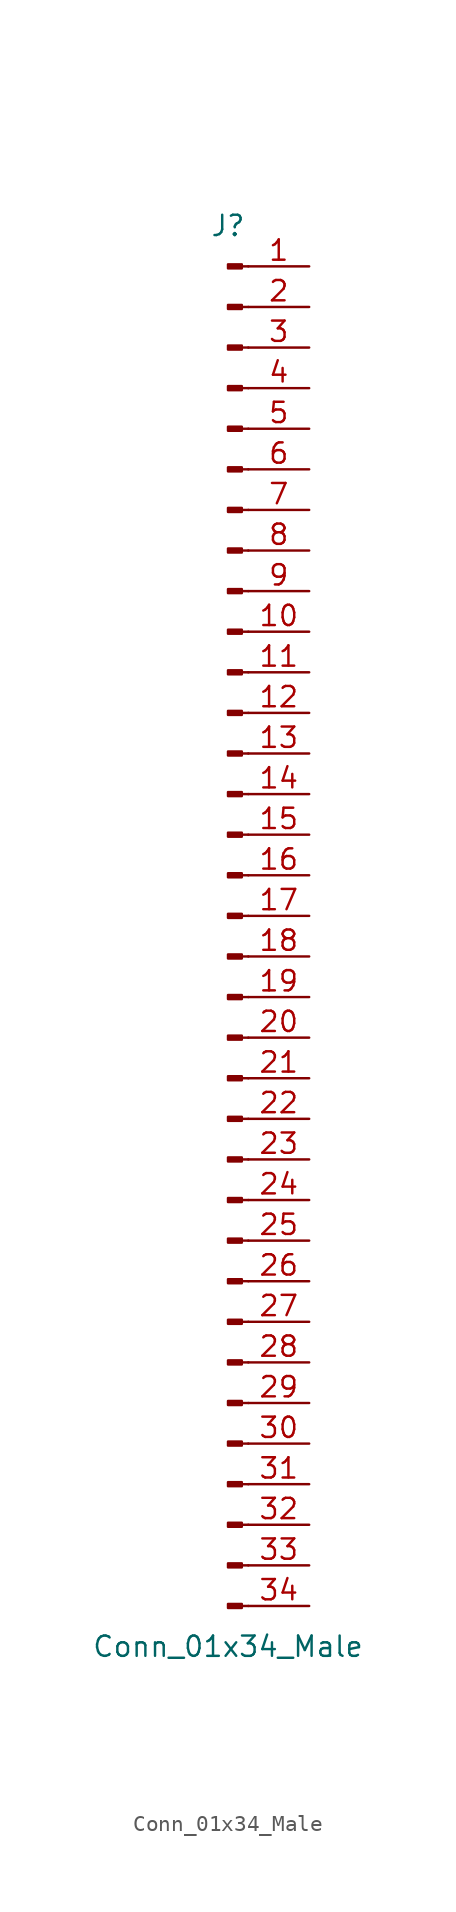
<source format=kicad_sym>
(kicad_symbol_lib
  (version 20220914)
  (generator kicad_symbol_editor)
  (symbol "Conn_01x34_Male"
    (pin_names
      (offset 1.016) hide)
    (property "Reference" "J"
      (at 0 43.18 0)
      (effects (font (size 1.27 1.27))))
    (property "Value" "Conn_01x34_Male"
      (at 0 -45.72 0)
      (effects (font (size 1.27 1.27))))
    (symbol "Conn_01x34_Male_1_1"
      (polyline (pts (xy 1.27 -43.18) (xy 0.864 -43.18)) (stroke (width 0.152) (type default)) (fill (type none)))
      (polyline (pts (xy 1.27 -40.64) (xy 0.864 -40.64)) (stroke (width 0.152) (type default)) (fill (type none)))
      (polyline (pts (xy 1.27 -38.1) (xy 0.864 -38.1)) (stroke (width 0.152) (type default)) (fill (type none)))
      (polyline (pts (xy 1.27 -35.56) (xy 0.864 -35.56)) (stroke (width 0.152) (type default)) (fill (type none)))
      (polyline (pts (xy 1.27 -33.02) (xy 0.864 -33.02)) (stroke (width 0.152) (type default)) (fill (type none)))
      (polyline (pts (xy 1.27 -30.48) (xy 0.864 -30.48)) (stroke (width 0.152) (type default)) (fill (type none)))
      (polyline (pts (xy 1.27 -27.94) (xy 0.864 -27.94)) (stroke (width 0.152) (type default)) (fill (type none)))
      (polyline (pts (xy 1.27 -25.4) (xy 0.864 -25.4)) (stroke (width 0.152) (type default)) (fill (type none)))
      (polyline (pts (xy 1.27 -22.86) (xy 0.864 -22.86)) (stroke (width 0.152) (type default)) (fill (type none)))
      (polyline (pts (xy 1.27 -20.32) (xy 0.864 -20.32)) (stroke (width 0.152) (type default)) (fill (type none)))
      (polyline (pts (xy 1.27 -17.78) (xy 0.864 -17.78)) (stroke (width 0.152) (type default)) (fill (type none)))
      (polyline (pts (xy 1.27 -15.24) (xy 0.864 -15.24)) (stroke (width 0.152) (type default)) (fill (type none)))
      (polyline (pts (xy 1.27 -12.7) (xy 0.864 -12.7)) (stroke (width 0.152) (type default)) (fill (type none)))
      (polyline (pts (xy 1.27 -10.16) (xy 0.864 -10.16)) (stroke (width 0.152) (type default)) (fill (type none)))
      (polyline (pts (xy 1.27 -7.62) (xy 0.864 -7.62)) (stroke (width 0.152) (type default)) (fill (type none)))
      (polyline (pts (xy 1.27 -5.08) (xy 0.864 -5.08)) (stroke (width 0.152) (type default)) (fill (type none)))
      (polyline (pts (xy 1.27 -2.54) (xy 0.864 -2.54)) (stroke (width 0.152) (type default)) (fill (type none)))
      (polyline (pts (xy 1.27 0) (xy 0.864 0)) (stroke (width 0.152) (type default)) (fill (type none)))
      (polyline (pts (xy 1.27 2.54) (xy 0.864 2.54)) (stroke (width 0.152) (type default)) (fill (type none)))
      (polyline (pts (xy 1.27 5.08) (xy 0.864 5.08)) (stroke (width 0.152) (type default)) (fill (type none)))
      (polyline (pts (xy 1.27 7.62) (xy 0.864 7.62)) (stroke (width 0.152) (type default)) (fill (type none)))
      (polyline (pts (xy 1.27 10.16) (xy 0.864 10.16)) (stroke (width 0.152) (type default)) (fill (type none)))
      (polyline (pts (xy 1.27 12.7) (xy 0.864 12.7)) (stroke (width 0.152) (type default)) (fill (type none)))
      (polyline (pts (xy 1.27 15.24) (xy 0.864 15.24)) (stroke (width 0.152) (type default)) (fill (type none)))
      (polyline (pts (xy 1.27 17.78) (xy 0.864 17.78)) (stroke (width 0.152) (type default)) (fill (type none)))
      (polyline (pts (xy 1.27 20.32) (xy 0.864 20.32)) (stroke (width 0.152) (type default)) (fill (type none)))
      (polyline (pts (xy 1.27 22.86) (xy 0.864 22.86)) (stroke (width 0.152) (type default)) (fill (type none)))
      (polyline (pts (xy 1.27 25.4) (xy 0.864 25.4)) (stroke (width 0.152) (type default)) (fill (type none)))
      (polyline (pts (xy 1.27 27.94) (xy 0.864 27.94)) (stroke (width 0.152) (type default)) (fill (type none)))
      (polyline (pts (xy 1.27 30.48) (xy 0.864 30.48)) (stroke (width 0.152) (type default)) (fill (type none)))
      (polyline (pts (xy 1.27 33.02) (xy 0.864 33.02)) (stroke (width 0.152) (type default)) (fill (type none)))
      (polyline (pts (xy 1.27 35.56) (xy 0.864 35.56)) (stroke (width 0.152) (type default)) (fill (type none)))
      (polyline (pts (xy 1.27 38.1) (xy 0.864 38.1)) (stroke (width 0.152) (type default)) (fill (type none)))
      (polyline (pts (xy 1.27 40.64) (xy 0.864 40.64)) (stroke (width 0.152) (type default)) (fill (type none)))
      (rectangle (start 0.864 -43.053) (end 0 -43.307) (stroke (width 0.152) (type default)) (fill (type outline)))
      (rectangle (start 0.864 -40.513) (end 0 -40.767) (stroke (width 0.152) (type default)) (fill (type outline)))
      (rectangle (start 0.864 -37.973) (end 0 -38.227) (stroke (width 0.152) (type default)) (fill (type outline)))
      (rectangle (start 0.864 -35.433) (end 0 -35.687) (stroke (width 0.152) (type default)) (fill (type outline)))
      (rectangle (start 0.864 -32.893) (end 0 -33.147) (stroke (width 0.152) (type default)) (fill (type outline)))
      (rectangle (start 0.864 -30.353) (end 0 -30.607) (stroke (width 0.152) (type default)) (fill (type outline)))
      (rectangle (start 0.864 -27.813) (end 0 -28.067) (stroke (width 0.152) (type default)) (fill (type outline)))
      (rectangle (start 0.864 -25.273) (end 0 -25.527) (stroke (width 0.152) (type default)) (fill (type outline)))
      (rectangle (start 0.864 -22.733) (end 0 -22.987) (stroke (width 0.152) (type default)) (fill (type outline)))
      (rectangle (start 0.864 -20.193) (end 0 -20.447) (stroke (width 0.152) (type default)) (fill (type outline)))
      (rectangle (start 0.864 -17.653) (end 0 -17.907) (stroke (width 0.152) (type default)) (fill (type outline)))
      (rectangle (start 0.864 -15.113) (end 0 -15.367) (stroke (width 0.152) (type default)) (fill (type outline)))
      (rectangle (start 0.864 -12.573) (end 0 -12.827) (stroke (width 0.152) (type default)) (fill (type outline)))
      (rectangle (start 0.864 -10.033) (end 0 -10.287) (stroke (width 0.152) (type default)) (fill (type outline)))
      (rectangle (start 0.864 -7.493) (end 0 -7.747) (stroke (width 0.152) (type default)) (fill (type outline)))
      (rectangle (start 0.864 -4.953) (end 0 -5.207) (stroke (width 0.152) (type default)) (fill (type outline)))
      (rectangle (start 0.864 -2.413) (end 0 -2.667) (stroke (width 0.152) (type default)) (fill (type outline)))
      (rectangle (start 0.864 0.127) (end 0 -0.127) (stroke (width 0.152) (type default)) (fill (type outline)))
      (rectangle (start 0.864 2.667) (end 0 2.413) (stroke (width 0.152) (type default)) (fill (type outline)))
      (rectangle (start 0.864 5.207) (end 0 4.953) (stroke (width 0.152) (type default)) (fill (type outline)))
      (rectangle (start 0.864 7.747) (end 0 7.493) (stroke (width 0.152) (type default)) (fill (type outline)))
      (rectangle (start 0.864 10.287) (end 0 10.033) (stroke (width 0.152) (type default)) (fill (type outline)))
      (rectangle (start 0.864 12.827) (end 0 12.573) (stroke (width 0.152) (type default)) (fill (type outline)))
      (rectangle (start 0.864 15.367) (end 0 15.113) (stroke (width 0.152) (type default)) (fill (type outline)))
      (rectangle (start 0.864 17.907) (end 0 17.653) (stroke (width 0.152) (type default)) (fill (type outline)))
      (rectangle (start 0.864 20.447) (end 0 20.193) (stroke (width 0.152) (type default)) (fill (type outline)))
      (rectangle (start 0.864 22.987) (end 0 22.733) (stroke (width 0.152) (type default)) (fill (type outline)))
      (rectangle (start 0.864 25.527) (end 0 25.273) (stroke (width 0.152) (type default)) (fill (type outline)))
      (rectangle (start 0.864 28.067) (end 0 27.813) (stroke (width 0.152) (type default)) (fill (type outline)))
      (rectangle (start 0.864 30.607) (end 0 30.353) (stroke (width 0.152) (type default)) (fill (type outline)))
      (rectangle (start 0.864 33.147) (end 0 32.893) (stroke (width 0.152) (type default)) (fill (type outline)))
      (rectangle (start 0.864 35.687) (end 0 35.433) (stroke (width 0.152) (type default)) (fill (type outline)))
      (rectangle (start 0.864 38.227) (end 0 37.973) (stroke (width 0.152) (type default)) (fill (type outline)))
      (rectangle (start 0.864 40.767) (end 0 40.513) (stroke (width 0.152) (type default)) (fill (type outline)))
      (pin passive line (at 5.08 40.64 180) (length 3.81) (name "Pin_1" (effects (font (size 1.27 1.27)))) (number "1" (effects (font (size 1.27 1.27)))))
      (pin passive line (at 5.08 17.78 180) (length 3.81) (name "Pin_10" (effects (font (size 1.27 1.27)))) (number "10" (effects (font (size 1.27 1.27)))))
      (pin passive line (at 5.08 15.24 180) (length 3.81) (name "Pin_11" (effects (font (size 1.27 1.27)))) (number "11" (effects (font (size 1.27 1.27)))))
      (pin passive line (at 5.08 12.7 180) (length 3.81) (name "Pin_12" (effects (font (size 1.27 1.27)))) (number "12" (effects (font (size 1.27 1.27)))))
      (pin passive line (at 5.08 10.16 180) (length 3.81) (name "Pin_13" (effects (font (size 1.27 1.27)))) (number "13" (effects (font (size 1.27 1.27)))))
      (pin passive line (at 5.08 7.62 180) (length 3.81) (name "Pin_14" (effects (font (size 1.27 1.27)))) (number "14" (effects (font (size 1.27 1.27)))))
      (pin passive line (at 5.08 5.08 180) (length 3.81) (name "Pin_15" (effects (font (size 1.27 1.27)))) (number "15" (effects (font (size 1.27 1.27)))))
      (pin passive line (at 5.08 2.54 180) (length 3.81) (name "Pin_16" (effects (font (size 1.27 1.27)))) (number "16" (effects (font (size 1.27 1.27)))))
      (pin passive line (at 5.08 0 180) (length 3.81) (name "Pin_17" (effects (font (size 1.27 1.27)))) (number "17" (effects (font (size 1.27 1.27)))))
      (pin passive line (at 5.08 -2.54 180) (length 3.81) (name "Pin_18" (effects (font (size 1.27 1.27)))) (number "18" (effects (font (size 1.27 1.27)))))
      (pin passive line (at 5.08 -5.08 180) (length 3.81) (name "Pin_19" (effects (font (size 1.27 1.27)))) (number "19" (effects (font (size 1.27 1.27)))))
      (pin passive line (at 5.08 38.1 180) (length 3.81) (name "Pin_2" (effects (font (size 1.27 1.27)))) (number "2" (effects (font (size 1.27 1.27)))))
      (pin passive line (at 5.08 -7.62 180) (length 3.81) (name "Pin_20" (effects (font (size 1.27 1.27)))) (number "20" (effects (font (size 1.27 1.27)))))
      (pin passive line (at 5.08 -10.16 180) (length 3.81) (name "Pin_21" (effects (font (size 1.27 1.27)))) (number "21" (effects (font (size 1.27 1.27)))))
      (pin passive line (at 5.08 -12.7 180) (length 3.81) (name "Pin_22" (effects (font (size 1.27 1.27)))) (number "22" (effects (font (size 1.27 1.27)))))
      (pin passive line (at 5.08 -15.24 180) (length 3.81) (name "Pin_23" (effects (font (size 1.27 1.27)))) (number "23" (effects (font (size 1.27 1.27)))))
      (pin passive line (at 5.08 -17.78 180) (length 3.81) (name "Pin_24" (effects (font (size 1.27 1.27)))) (number "24" (effects (font (size 1.27 1.27)))))
      (pin passive line (at 5.08 -20.32 180) (length 3.81) (name "Pin_25" (effects (font (size 1.27 1.27)))) (number "25" (effects (font (size 1.27 1.27)))))
      (pin passive line (at 5.08 -22.86 180) (length 3.81) (name "Pin_26" (effects (font (size 1.27 1.27)))) (number "26" (effects (font (size 1.27 1.27)))))
      (pin passive line (at 5.08 -25.4 180) (length 3.81) (name "Pin_27" (effects (font (size 1.27 1.27)))) (number "27" (effects (font (size 1.27 1.27)))))
      (pin passive line (at 5.08 -27.94 180) (length 3.81) (name "Pin_28" (effects (font (size 1.27 1.27)))) (number "28" (effects (font (size 1.27 1.27)))))
      (pin passive line (at 5.08 -30.48 180) (length 3.81) (name "Pin_29" (effects (font (size 1.27 1.27)))) (number "29" (effects (font (size 1.27 1.27)))))
      (pin passive line (at 5.08 35.56 180) (length 3.81) (name "Pin_3" (effects (font (size 1.27 1.27)))) (number "3" (effects (font (size 1.27 1.27)))))
      (pin passive line (at 5.08 -33.02 180) (length 3.81) (name "Pin_30" (effects (font (size 1.27 1.27)))) (number "30" (effects (font (size 1.27 1.27)))))
      (pin passive line (at 5.08 -35.56 180) (length 3.81) (name "Pin_31" (effects (font (size 1.27 1.27)))) (number "31" (effects (font (size 1.27 1.27)))))
      (pin passive line (at 5.08 -38.1 180) (length 3.81) (name "Pin_32" (effects (font (size 1.27 1.27)))) (number "32" (effects (font (size 1.27 1.27)))))
      (pin passive line (at 5.08 -40.64 180) (length 3.81) (name "Pin_33" (effects (font (size 1.27 1.27)))) (number "33" (effects (font (size 1.27 1.27)))))
      (pin passive line (at 5.08 -43.18 180) (length 3.81) (name "Pin_34" (effects (font (size 1.27 1.27)))) (number "34" (effects (font (size 1.27 1.27)))))
      (pin passive line (at 5.08 33.02 180) (length 3.81) (name "Pin_4" (effects (font (size 1.27 1.27)))) (number "4" (effects (font (size 1.27 1.27)))))
      (pin passive line (at 5.08 30.48 180) (length 3.81) (name "Pin_5" (effects (font (size 1.27 1.27)))) (number "5" (effects (font (size 1.27 1.27)))))
      (pin passive line (at 5.08 27.94 180) (length 3.81) (name "Pin_6" (effects (font (size 1.27 1.27)))) (number "6" (effects (font (size 1.27 1.27)))))
      (pin passive line (at 5.08 25.4 180) (length 3.81) (name "Pin_7" (effects (font (size 1.27 1.27)))) (number "7" (effects (font (size 1.27 1.27)))))
      (pin passive line (at 5.08 22.86 180) (length 3.81) (name "Pin_8" (effects (font (size 1.27 1.27)))) (number "8" (effects (font (size 1.27 1.27)))))
      (pin passive line (at 5.08 20.32 180) (length 3.81) (name "Pin_9" (effects (font (size 1.27 1.27)))) (number "9" (effects (font (size 1.27 1.27))))))))
</source>
